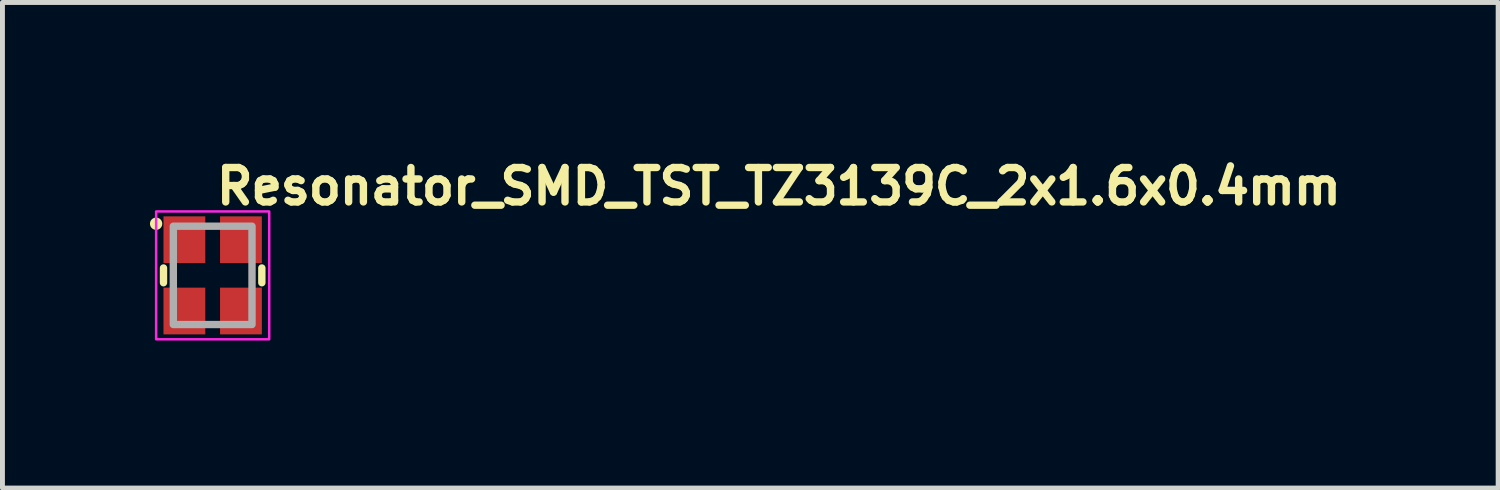
<source format=kicad_pcb>
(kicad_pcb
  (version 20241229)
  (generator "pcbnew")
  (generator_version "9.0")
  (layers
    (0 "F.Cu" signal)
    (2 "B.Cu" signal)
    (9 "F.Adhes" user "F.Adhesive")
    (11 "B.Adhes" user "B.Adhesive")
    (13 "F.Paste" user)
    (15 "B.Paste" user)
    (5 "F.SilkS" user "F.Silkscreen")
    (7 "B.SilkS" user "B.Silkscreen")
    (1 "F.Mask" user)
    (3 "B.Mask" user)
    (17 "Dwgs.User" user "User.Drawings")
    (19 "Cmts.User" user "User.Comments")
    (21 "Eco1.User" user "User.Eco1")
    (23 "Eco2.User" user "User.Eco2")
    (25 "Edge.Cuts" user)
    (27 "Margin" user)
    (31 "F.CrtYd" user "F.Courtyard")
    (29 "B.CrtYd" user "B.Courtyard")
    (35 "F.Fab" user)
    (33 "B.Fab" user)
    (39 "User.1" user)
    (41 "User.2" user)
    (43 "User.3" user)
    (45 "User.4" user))
  (footprint "Resonator_SMD_TST_TZ3139C_2x1.6x0.4mm"
    (layer "F.Cu")
    (at 1.275 2.55)
    (property "Reference" "Resonator_SMD_TST_TZ3139C_2x1.6x0.4mm" (at 0 -1.4 0) (unlocked yes) (layer "F.SilkS") (effects (font (size 0.7 0.7) (thickness 0.15)) (justify left bottom)))
    (attr smd)
    (fp_line (start -1 -0.15) (end -1 0.15) (stroke (width 0.15) (type default)) (layer "F.SilkS"))
    (fp_line (start 1 -0.15) (end 1 0.15) (stroke (width 0.15) (type default)) (layer "F.SilkS"))
    (fp_circle (center -1.15 -1.05) (end -1.1 -1.05) (stroke (width 0.15) (type solid)) (fill yes) (layer "F.SilkS"))
    (fp_rect (start -1.15 -1.3) (end 1.15 1.3) (stroke (width 0.05) (type solid)) (fill no) (layer "F.CrtYd"))
    (fp_rect (start -0.8 -1) (end 0.8 1) (stroke (width 0.15) (type solid)) (fill no) (layer "F.Fab"))
    (fp_rect (start -0.8 -1) (end 0.8 1) (stroke (width 0.1) (type solid)) (fill no) (layer "User.5"))
    (fp_line (start -0.8 -0.938) (end -0.8 -0.262) (stroke (width 0.02) (type solid)) (layer "User.9"))
    (fp_line (start -0.8 -0.262) (end -0.789 -0.261) (stroke (width 0.02) (type solid)) (layer "User.9"))
    (fp_line (start -0.8 -0.262) (end -0.789 -0.261) (stroke (width 0.02) (type solid)) (layer "User.9"))
    (fp_line (start -0.8 0.262) (end -0.8 0.938) (stroke (width 0.02) (type solid)) (layer "User.9"))
    (fp_line (start -0.8 0.938) (end -0.789 0.939) (stroke (width 0.02) (type solid)) (layer "User.9"))
    (fp_line (start -0.789 -0.939) (end -0.8 -0.938) (stroke (width 0.02) (type solid)) (layer "User.9"))
    (fp_line (start -0.789 -0.261) (end -0.777 -0.258) (stroke (width 0.02) (type solid)) (layer "User.9"))
    (fp_line (start -0.789 -0.261) (end -0.777 -0.258) (stroke (width 0.02) (type solid)) (layer "User.9"))
    (fp_line (start -0.789 0.261) (end -0.8 0.262) (stroke (width 0.02) (type solid)) (layer "User.9"))
    (fp_line (start -0.789 0.939) (end -0.777 0.942) (stroke (width 0.02) (type solid)) (layer "User.9"))
    (fp_line (start -0.777 -0.942) (end -0.789 -0.939) (stroke (width 0.02) (type solid)) (layer "User.9"))
    (fp_line (start -0.777 -0.258) (end -0.766 -0.252) (stroke (width 0.02) (type solid)) (layer "User.9"))
    (fp_line (start -0.777 -0.258) (end -0.766 -0.252) (stroke (width 0.02) (type solid)) (layer "User.9"))
    (fp_line (start -0.777 0.258) (end -0.789 0.261) (stroke (width 0.02) (type solid)) (layer "User.9"))
    (fp_line (start -0.777 0.942) (end -0.766 0.948) (stroke (width 0.02) (type solid)) (layer "User.9"))
    (fp_line (start -0.766 -0.948) (end -0.777 -0.942) (stroke (width 0.02) (type solid)) (layer "User.9"))
    (fp_line (start -0.766 -0.252) (end -0.756 -0.244) (stroke (width 0.02) (type solid)) (layer "User.9"))
    (fp_line (start -0.766 -0.252) (end -0.756 -0.244) (stroke (width 0.02) (type solid)) (layer "User.9"))
    (fp_line (start -0.766 0.252) (end -0.777 0.258) (stroke (width 0.02) (type solid)) (layer "User.9"))
    (fp_line (start -0.766 0.948) (end -0.756 0.956) (stroke (width 0.02) (type solid)) (layer "User.9"))
    (fp_line (start -0.756 -0.956) (end -0.766 -0.948) (stroke (width 0.02) (type solid)) (layer "User.9"))
    (fp_line (start -0.756 -0.244) (end -0.748 -0.234) (stroke (width 0.02) (type solid)) (layer "User.9"))
    (fp_line (start -0.756 -0.244) (end -0.748 -0.234) (stroke (width 0.02) (type solid)) (layer "User.9"))
    (fp_line (start -0.756 0.244) (end -0.766 0.252) (stroke (width 0.02) (type solid)) (layer "User.9"))
    (fp_line (start -0.756 0.956) (end -0.748 0.966) (stroke (width 0.02) (type solid)) (layer "User.9"))
    (fp_line (start -0.748 -0.966) (end -0.756 -0.956) (stroke (width 0.02) (type solid)) (layer "User.9"))
    (fp_line (start -0.748 -0.234) (end -0.742 -0.223) (stroke (width 0.02) (type solid)) (layer "User.9"))
    (fp_line (start -0.748 -0.234) (end -0.742 -0.223) (stroke (width 0.02) (type solid)) (layer "User.9"))
    (fp_line (start -0.748 0.234) (end -0.756 0.244) (stroke (width 0.02) (type solid)) (layer "User.9"))
    (fp_line (start -0.748 0.966) (end -0.742 0.977) (stroke (width 0.02) (type solid)) (layer "User.9"))
    (fp_line (start -0.742 -0.977) (end -0.748 -0.966) (stroke (width 0.02) (type solid)) (layer "User.9"))
    (fp_line (start -0.742 -0.223) (end -0.739 -0.211) (stroke (width 0.02) (type solid)) (layer "User.9"))
    (fp_line (start -0.742 -0.223) (end -0.739 -0.211) (stroke (width 0.02) (type solid)) (layer "User.9"))
    (fp_line (start -0.742 0.223) (end -0.748 0.234) (stroke (width 0.02) (type solid)) (layer "User.9"))
    (fp_line (start -0.742 0.977) (end -0.739 0.989) (stroke (width 0.02) (type solid)) (layer "User.9"))
    (fp_line (start -0.739 -0.989) (end -0.742 -0.977) (stroke (width 0.02) (type solid)) (layer "User.9"))
    (fp_line (start -0.739 -0.211) (end -0.738 -0.2) (stroke (width 0.02) (type solid)) (layer "User.9"))
    (fp_line (start -0.739 -0.211) (end -0.738 -0.2) (stroke (width 0.02) (type solid)) (layer "User.9"))
    (fp_line (start -0.739 0.211) (end -0.742 0.223) (stroke (width 0.02) (type solid)) (layer "User.9"))
    (fp_line (start -0.739 0.989) (end -0.738 1) (stroke (width 0.02) (type solid)) (layer "User.9"))
    (fp_line (start -0.738 -1) (end -0.739 -0.989) (stroke (width 0.02) (type solid)) (layer "User.9"))
    (fp_line (start -0.738 -0.2) (end -0.738 0.2) (stroke (width 0.02) (type solid)) (layer "User.9"))
    (fp_line (start -0.738 0.2) (end -0.739 0.211) (stroke (width 0.02) (type solid)) (layer "User.9"))
    (fp_line (start -0.738 1) (end 0.738 1) (stroke (width 0.02) (type solid)) (layer "User.9"))
    (fp_line (start -0.7 -0.825) (end -0.7 0.825) (stroke (width 0.02) (type solid)) (layer "User.9"))
    (fp_line (start -0.7 -0.825) (end -0.698 -0.843) (stroke (width 0.02) (type solid)) (layer "User.9"))
    (fp_line (start -0.7 -0.825) (end -0.698 -0.843) (stroke (width 0.02) (type solid)) (layer "User.9"))
    (fp_line (start -0.7 0.825) (end -0.698 0.843) (stroke (width 0.02) (type solid)) (layer "User.9"))
    (fp_line (start -0.7 0.825) (end -0.698 0.843) (stroke (width 0.02) (type solid)) (layer "User.9"))
    (fp_line (start -0.698 -0.843) (end -0.693 -0.862) (stroke (width 0.02) (type solid)) (layer "User.9"))
    (fp_line (start -0.698 -0.843) (end -0.693 -0.862) (stroke (width 0.02) (type solid)) (layer "User.9"))
    (fp_line (start -0.698 0.843) (end -0.693 0.862) (stroke (width 0.02) (type solid)) (layer "User.9"))
    (fp_line (start -0.698 0.843) (end -0.693 0.862) (stroke (width 0.02) (type solid)) (layer "User.9"))
    (fp_line (start -0.693 -0.862) (end -0.684 -0.88) (stroke (width 0.02) (type solid)) (layer "User.9"))
    (fp_line (start -0.693 -0.862) (end -0.684 -0.88) (stroke (width 0.02) (type solid)) (layer "User.9"))
    (fp_line (start -0.693 0.862) (end -0.684 0.88) (stroke (width 0.02) (type solid)) (layer "User.9"))
    (fp_line (start -0.693 0.862) (end -0.684 0.88) (stroke (width 0.02) (type solid)) (layer "User.9"))
    (fp_line (start -0.684 -0.88) (end -0.671 -0.896) (stroke (width 0.02) (type solid)) (layer "User.9"))
    (fp_line (start -0.684 -0.88) (end -0.671 -0.896) (stroke (width 0.02) (type solid)) (layer "User.9"))
    (fp_line (start -0.684 0.88) (end -0.671 0.896) (stroke (width 0.02) (type solid)) (layer "User.9"))
    (fp_line (start -0.684 0.88) (end -0.671 0.896) (stroke (width 0.02) (type solid)) (layer "User.9"))
    (fp_line (start -0.671 -0.896) (end -0.655 -0.909) (stroke (width 0.02) (type solid)) (layer "User.9"))
    (fp_line (start -0.671 -0.896) (end -0.655 -0.909) (stroke (width 0.02) (type solid)) (layer "User.9"))
    (fp_line (start -0.671 0.896) (end -0.655 0.909) (stroke (width 0.02) (type solid)) (layer "User.9"))
    (fp_line (start -0.671 0.896) (end -0.655 0.909) (stroke (width 0.02) (type solid)) (layer "User.9"))
    (fp_line (start -0.655 -0.909) (end -0.637 -0.918) (stroke (width 0.02) (type solid)) (layer "User.9"))
    (fp_line (start -0.655 -0.909) (end -0.637 -0.918) (stroke (width 0.02) (type solid)) (layer "User.9"))
    (fp_line (start -0.655 0.909) (end -0.637 0.918) (stroke (width 0.02) (type solid)) (layer "User.9"))
    (fp_line (start -0.655 0.909) (end -0.637 0.918) (stroke (width 0.02) (type solid)) (layer "User.9"))
    (fp_line (start -0.637 -0.918) (end -0.618 -0.923) (stroke (width 0.02) (type solid)) (layer "User.9"))
    (fp_line (start -0.637 -0.918) (end -0.618 -0.923) (stroke (width 0.02) (type solid)) (layer "User.9"))
    (fp_line (start -0.637 0.918) (end -0.618 0.923) (stroke (width 0.02) (type solid)) (layer "User.9"))
    (fp_line (start -0.637 0.918) (end -0.618 0.923) (stroke (width 0.02) (type solid)) (layer "User.9"))
    (fp_line (start -0.618 -0.923) (end -0.6 -0.925) (stroke (width 0.02) (type solid)) (layer "User.9"))
    (fp_line (start -0.618 -0.923) (end -0.6 -0.925) (stroke (width 0.02) (type solid)) (layer "User.9"))
    (fp_line (start -0.618 0.923) (end -0.6 0.925) (stroke (width 0.02) (type solid)) (layer "User.9"))
    (fp_line (start -0.618 0.923) (end -0.6 0.925) (stroke (width 0.02) (type solid)) (layer "User.9"))
    (fp_line (start -0.6 -0.925) (end 0.6 -0.925) (stroke (width 0.02) (type solid)) (layer "User.9"))
    (fp_line (start -0.6 0.925) (end 0.6 0.925) (stroke (width 0.02) (type solid)) (layer "User.9"))
    (fp_line (start -0.525 -0.65) (end -0.523 -0.627) (stroke (width 0.02) (type solid)) (layer "User.9"))
    (fp_line (start -0.525 -0.65) (end -0.523 -0.627) (stroke (width 0.02) (type solid)) (layer "User.9"))
    (fp_line (start -0.523 -0.673) (end -0.525 -0.65) (stroke (width 0.02) (type solid)) (layer "User.9"))
    (fp_line (start -0.523 -0.673) (end -0.525 -0.65) (stroke (width 0.02) (type solid)) (layer "User.9"))
    (fp_line (start -0.523 -0.627) (end -0.516 -0.604) (stroke (width 0.02) (type solid)) (layer "User.9"))
    (fp_line (start -0.523 -0.627) (end -0.516 -0.604) (stroke (width 0.02) (type solid)) (layer "User.9"))
    (fp_line (start -0.516 -0.696) (end -0.523 -0.673) (stroke (width 0.02) (type solid)) (layer "User.9"))
    (fp_line (start -0.516 -0.696) (end -0.523 -0.673) (stroke (width 0.02) (type solid)) (layer "User.9"))
    (fp_line (start -0.516 -0.604) (end -0.505 -0.582) (stroke (width 0.02) (type solid)) (layer "User.9"))
    (fp_line (start -0.516 -0.604) (end -0.505 -0.582) (stroke (width 0.02) (type solid)) (layer "User.9"))
    (fp_line (start -0.505 -0.718) (end -0.516 -0.696) (stroke (width 0.02) (type solid)) (layer "User.9"))
    (fp_line (start -0.505 -0.718) (end -0.516 -0.696) (stroke (width 0.02) (type solid)) (layer "User.9"))
    (fp_line (start -0.505 -0.582) (end -0.488 -0.562) (stroke (width 0.02) (type solid)) (layer "User.9"))
    (fp_line (start -0.505 -0.582) (end -0.488 -0.562) (stroke (width 0.02) (type solid)) (layer "User.9"))
    (fp_line (start -0.488 -0.738) (end -0.505 -0.718) (stroke (width 0.02) (type solid)) (layer "User.9"))
    (fp_line (start -0.488 -0.738) (end -0.505 -0.718) (stroke (width 0.02) (type solid)) (layer "User.9"))
    (fp_line (start -0.488 -0.562) (end -0.468 -0.545) (stroke (width 0.02) (type solid)) (layer "User.9"))
    (fp_line (start -0.488 -0.562) (end -0.468 -0.545) (stroke (width 0.02) (type solid)) (layer "User.9"))
    (fp_line (start -0.468 -0.755) (end -0.488 -0.738) (stroke (width 0.02) (type solid)) (layer "User.9"))
    (fp_line (start -0.468 -0.755) (end -0.488 -0.738) (stroke (width 0.02) (type solid)) (layer "User.9"))
    (fp_line (start -0.468 -0.545) (end -0.446 -0.534) (stroke (width 0.02) (type solid)) (layer "User.9"))
    (fp_line (start -0.468 -0.545) (end -0.446 -0.534) (stroke (width 0.02) (type solid)) (layer "User.9"))
    (fp_line (start -0.446 -0.766) (end -0.468 -0.755) (stroke (width 0.02) (type solid)) (layer "User.9"))
    (fp_line (start -0.446 -0.766) (end -0.468 -0.755) (stroke (width 0.02) (type solid)) (layer "User.9"))
    (fp_line (start -0.446 -0.534) (end -0.423 -0.527) (stroke (width 0.02) (type solid)) (layer "User.9"))
    (fp_line (start -0.446 -0.534) (end -0.423 -0.527) (stroke (width 0.02) (type solid)) (layer "User.9"))
    (fp_line (start -0.423 -0.773) (end -0.446 -0.766) (stroke (width 0.02) (type solid)) (layer "User.9"))
    (fp_line (start -0.423 -0.773) (end -0.446 -0.766) (stroke (width 0.02) (type solid)) (layer "User.9"))
    (fp_line (start -0.423 -0.527) (end -0.4 -0.525) (stroke (width 0.02) (type solid)) (layer "User.9"))
    (fp_line (start -0.423 -0.527) (end -0.4 -0.525) (stroke (width 0.02) (type solid)) (layer "User.9"))
    (fp_line (start -0.4 -0.775) (end -0.423 -0.773) (stroke (width 0.02) (type solid)) (layer "User.9"))
    (fp_line (start -0.4 -0.775) (end -0.423 -0.773) (stroke (width 0.02) (type solid)) (layer "User.9"))
    (fp_line (start -0.4 -0.525) (end -0.377 -0.527) (stroke (width 0.02) (type solid)) (layer "User.9"))
    (fp_line (start -0.4 -0.525) (end -0.377 -0.527) (stroke (width 0.02) (type solid)) (layer "User.9"))
    (fp_line (start -0.377 -0.773) (end -0.4 -0.775) (stroke (width 0.02) (type solid)) (layer "User.9"))
    (fp_line (start -0.377 -0.773) (end -0.4 -0.775) (stroke (width 0.02) (type solid)) (layer "User.9"))
    (fp_line (start -0.377 -0.527) (end -0.354 -0.534) (stroke (width 0.02) (type solid)) (layer "User.9"))
    (fp_line (start -0.377 -0.527) (end -0.354 -0.534) (stroke (width 0.02) (type solid)) (layer "User.9"))
    (fp_line (start -0.354 -0.766) (end -0.377 -0.773) (stroke (width 0.02) (type solid)) (layer "User.9"))
    (fp_line (start -0.354 -0.766) (end -0.377 -0.773) (stroke (width 0.02) (type solid)) (layer "User.9"))
    (fp_line (start -0.354 -0.534) (end -0.332 -0.545) (stroke (width 0.02) (type solid)) (layer "User.9"))
    (fp_line (start -0.354 -0.534) (end -0.332 -0.545) (stroke (width 0.02) (type solid)) (layer "User.9"))
    (fp_line (start -0.332 -0.755) (end -0.354 -0.766) (stroke (width 0.02) (type solid)) (layer "User.9"))
    (fp_line (start -0.332 -0.755) (end -0.354 -0.766) (stroke (width 0.02) (type solid)) (layer "User.9"))
    (fp_line (start -0.332 -0.545) (end -0.312 -0.562) (stroke (width 0.02) (type solid)) (layer "User.9"))
    (fp_line (start -0.332 -0.545) (end -0.312 -0.562) (stroke (width 0.02) (type solid)) (layer "User.9"))
    (fp_line (start -0.312 -0.738) (end -0.332 -0.755) (stroke (width 0.02) (type solid)) (layer "User.9"))
    (fp_line (start -0.312 -0.738) (end -0.332 -0.755) (stroke (width 0.02) (type solid)) (layer "User.9"))
    (fp_line (start -0.312 -0.562) (end -0.295 -0.582) (stroke (width 0.02) (type solid)) (layer "User.9"))
    (fp_line (start -0.312 -0.562) (end -0.295 -0.582) (stroke (width 0.02) (type solid)) (layer "User.9"))
    (fp_line (start -0.295 -0.718) (end -0.312 -0.738) (stroke (width 0.02) (type solid)) (layer "User.9"))
    (fp_line (start -0.295 -0.718) (end -0.312 -0.738) (stroke (width 0.02) (type solid)) (layer "User.9"))
    (fp_line (start -0.295 -0.582) (end -0.284 -0.604) (stroke (width 0.02) (type solid)) (layer "User.9"))
    (fp_line (start -0.295 -0.582) (end -0.284 -0.604) (stroke (width 0.02) (type solid)) (layer "User.9"))
    (fp_line (start -0.284 -0.696) (end -0.295 -0.718) (stroke (width 0.02) (type solid)) (layer "User.9"))
    (fp_line (start -0.284 -0.696) (end -0.295 -0.718) (stroke (width 0.02) (type solid)) (layer "User.9"))
    (fp_line (start -0.284 -0.604) (end -0.277 -0.627) (stroke (width 0.02) (type solid)) (layer "User.9"))
    (fp_line (start -0.284 -0.604) (end -0.277 -0.627) (stroke (width 0.02) (type solid)) (layer "User.9"))
    (fp_line (start -0.277 -0.673) (end -0.284 -0.696) (stroke (width 0.02) (type solid)) (layer "User.9"))
    (fp_line (start -0.277 -0.673) (end -0.284 -0.696) (stroke (width 0.02) (type solid)) (layer "User.9"))
    (fp_line (start -0.277 -0.627) (end -0.275 -0.65) (stroke (width 0.02) (type solid)) (layer "User.9"))
    (fp_line (start -0.277 -0.627) (end -0.275 -0.65) (stroke (width 0.02) (type solid)) (layer "User.9"))
    (fp_line (start -0.275 -0.65) (end -0.277 -0.673) (stroke (width 0.02) (type solid)) (layer "User.9"))
    (fp_line (start -0.275 -0.65) (end -0.277 -0.673) (stroke (width 0.02) (type solid)) (layer "User.9"))
    (fp_line (start 0.6 -0.925) (end 0.618 -0.923) (stroke (width 0.02) (type solid)) (layer "User.9"))
    (fp_line (start 0.6 -0.925) (end 0.618 -0.923) (stroke (width 0.02) (type solid)) (layer "User.9"))
    (fp_line (start 0.618 -0.923) (end 0.637 -0.918) (stroke (width 0.02) (type solid)) (layer "User.9"))
    (fp_line (start 0.618 -0.923) (end 0.637 -0.918) (stroke (width 0.02) (type solid)) (layer "User.9"))
    (fp_line (start 0.618 0.923) (end 0.6 0.925) (stroke (width 0.02) (type solid)) (layer "User.9"))
    (fp_line (start 0.618 0.923) (end 0.6 0.925) (stroke (width 0.02) (type solid)) (layer "User.9"))
    (fp_line (start 0.637 -0.918) (end 0.655 -0.909) (stroke (width 0.02) (type solid)) (layer "User.9"))
    (fp_line (start 0.637 -0.918) (end 0.655 -0.909) (stroke (width 0.02) (type solid)) (layer "User.9"))
    (fp_line (start 0.637 0.918) (end 0.618 0.923) (stroke (width 0.02) (type solid)) (layer "User.9"))
    (fp_line (start 0.637 0.918) (end 0.618 0.923) (stroke (width 0.02) (type solid)) (layer "User.9"))
    (fp_line (start 0.655 -0.909) (end 0.671 -0.896) (stroke (width 0.02) (type solid)) (layer "User.9"))
    (fp_line (start 0.655 -0.909) (end 0.671 -0.896) (stroke (width 0.02) (type solid)) (layer "User.9"))
    (fp_line (start 0.655 0.909) (end 0.637 0.918) (stroke (width 0.02) (type solid)) (layer "User.9"))
    (fp_line (start 0.655 0.909) (end 0.637 0.918) (stroke (width 0.02) (type solid)) (layer "User.9"))
    (fp_line (start 0.671 -0.896) (end 0.684 -0.88) (stroke (width 0.02) (type solid)) (layer "User.9"))
    (fp_line (start 0.671 -0.896) (end 0.684 -0.88) (stroke (width 0.02) (type solid)) (layer "User.9"))
    (fp_line (start 0.671 0.896) (end 0.655 0.909) (stroke (width 0.02) (type solid)) (layer "User.9"))
    (fp_line (start 0.671 0.896) (end 0.655 0.909) (stroke (width 0.02) (type solid)) (layer "User.9"))
    (fp_line (start 0.684 -0.88) (end 0.693 -0.862) (stroke (width 0.02) (type solid)) (layer "User.9"))
    (fp_line (start 0.684 -0.88) (end 0.693 -0.862) (stroke (width 0.02) (type solid)) (layer "User.9"))
    (fp_line (start 0.684 0.88) (end 0.671 0.896) (stroke (width 0.02) (type solid)) (layer "User.9"))
    (fp_line (start 0.684 0.88) (end 0.671 0.896) (stroke (width 0.02) (type solid)) (layer "User.9"))
    (fp_line (start 0.693 -0.862) (end 0.698 -0.843) (stroke (width 0.02) (type solid)) (layer "User.9"))
    (fp_line (start 0.693 -0.862) (end 0.698 -0.843) (stroke (width 0.02) (type solid)) (layer "User.9"))
    (fp_line (start 0.693 0.862) (end 0.684 0.88) (stroke (width 0.02) (type solid)) (layer "User.9"))
    (fp_line (start 0.693 0.862) (end 0.684 0.88) (stroke (width 0.02) (type solid)) (layer "User.9"))
    (fp_line (start 0.698 -0.843) (end 0.7 -0.825) (stroke (width 0.02) (type solid)) (layer "User.9"))
    (fp_line (start 0.698 -0.843) (end 0.7 -0.825) (stroke (width 0.02) (type solid)) (layer "User.9"))
    (fp_line (start 0.698 0.843) (end 0.693 0.862) (stroke (width 0.02) (type solid)) (layer "User.9"))
    (fp_line (start 0.698 0.843) (end 0.693 0.862) (stroke (width 0.02) (type solid)) (layer "User.9"))
    (fp_line (start 0.7 -0.825) (end 0.7 0.825) (stroke (width 0.02) (type solid)) (layer "User.9"))
    (fp_line (start 0.7 0.825) (end 0.698 0.843) (stroke (width 0.02) (type solid)) (layer "User.9"))
    (fp_line (start 0.7 0.825) (end 0.698 0.843) (stroke (width 0.02) (type solid)) (layer "User.9"))
    (fp_line (start 0.738 -1) (end -0.738 -1) (stroke (width 0.02) (type solid)) (layer "User.9"))
    (fp_line (start 0.738 -0.2) (end 0.739 -0.211) (stroke (width 0.02) (type solid)) (layer "User.9"))
    (fp_line (start 0.738 0.2) (end 0.738 -0.2) (stroke (width 0.02) (type solid)) (layer "User.9"))
    (fp_line (start 0.738 1) (end 0.739 0.989) (stroke (width 0.02) (type solid)) (layer "User.9"))
    (fp_line (start 0.739 -0.989) (end 0.738 -1) (stroke (width 0.02) (type solid)) (layer "User.9"))
    (fp_line (start 0.739 -0.211) (end 0.742 -0.223) (stroke (width 0.02) (type solid)) (layer "User.9"))
    (fp_line (start 0.739 0.211) (end 0.738 0.2) (stroke (width 0.02) (type solid)) (layer "User.9"))
    (fp_line (start 0.739 0.211) (end 0.738 0.2) (stroke (width 0.02) (type solid)) (layer "User.9"))
    (fp_line (start 0.739 0.989) (end 0.742 0.977) (stroke (width 0.02) (type solid)) (layer "User.9"))
    (fp_line (start 0.742 -0.977) (end 0.739 -0.989) (stroke (width 0.02) (type solid)) (layer "User.9"))
    (fp_line (start 0.742 -0.223) (end 0.748 -0.234) (stroke (width 0.02) (type solid)) (layer "User.9"))
    (fp_line (start 0.742 0.223) (end 0.739 0.211) (stroke (width 0.02) (type solid)) (layer "User.9"))
    (fp_line (start 0.742 0.223) (end 0.739 0.211) (stroke (width 0.02) (type solid)) (layer "User.9"))
    (fp_line (start 0.742 0.977) (end 0.748 0.966) (stroke (width 0.02) (type solid)) (layer "User.9"))
    (fp_line (start 0.748 -0.966) (end 0.742 -0.977) (stroke (width 0.02) (type solid)) (layer "User.9"))
    (fp_line (start 0.748 -0.234) (end 0.756 -0.244) (stroke (width 0.02) (type solid)) (layer "User.9"))
    (fp_line (start 0.748 0.234) (end 0.742 0.223) (stroke (width 0.02) (type solid)) (layer "User.9"))
    (fp_line (start 0.748 0.234) (end 0.742 0.223) (stroke (width 0.02) (type solid)) (layer "User.9"))
    (fp_line (start 0.748 0.966) (end 0.756 0.956) (stroke (width 0.02) (type solid)) (layer "User.9"))
    (fp_line (start 0.756 -0.956) (end 0.748 -0.966) (stroke (width 0.02) (type solid)) (layer "User.9"))
    (fp_line (start 0.756 -0.244) (end 0.766 -0.252) (stroke (width 0.02) (type solid)) (layer "User.9"))
    (fp_line (start 0.756 0.244) (end 0.748 0.234) (stroke (width 0.02) (type solid)) (layer "User.9"))
    (fp_line (start 0.756 0.244) (end 0.748 0.234) (stroke (width 0.02) (type solid)) (layer "User.9"))
    (fp_line (start 0.756 0.956) (end 0.766 0.948) (stroke (width 0.02) (type solid)) (layer "User.9"))
    (fp_line (start 0.766 -0.948) (end 0.756 -0.956) (stroke (width 0.02) (type solid)) (layer "User.9"))
    (fp_line (start 0.766 -0.252) (end 0.777 -0.258) (stroke (width 0.02) (type solid)) (layer "User.9"))
    (fp_line (start 0.766 0.252) (end 0.756 0.244) (stroke (width 0.02) (type solid)) (layer "User.9"))
    (fp_line (start 0.766 0.252) (end 0.756 0.244) (stroke (width 0.02) (type solid)) (layer "User.9"))
    (fp_line (start 0.766 0.948) (end 0.777 0.942) (stroke (width 0.02) (type solid)) (layer "User.9"))
    (fp_line (start 0.777 -0.942) (end 0.766 -0.948) (stroke (width 0.02) (type solid)) (layer "User.9"))
    (fp_line (start 0.777 -0.258) (end 0.789 -0.261) (stroke (width 0.02) (type solid)) (layer "User.9"))
    (fp_line (start 0.777 0.258) (end 0.766 0.252) (stroke (width 0.02) (type solid)) (layer "User.9"))
    (fp_line (start 0.777 0.258) (end 0.766 0.252) (stroke (width 0.02) (type solid)) (layer "User.9"))
    (fp_line (start 0.777 0.942) (end 0.789 0.939) (stroke (width 0.02) (type solid)) (layer "User.9"))
    (fp_line (start 0.789 -0.939) (end 0.777 -0.942) (stroke (width 0.02) (type solid)) (layer "User.9"))
    (fp_line (start 0.789 -0.261) (end 0.8 -0.262) (stroke (width 0.02) (type solid)) (layer "User.9"))
    (fp_line (start 0.789 0.261) (end 0.777 0.258) (stroke (width 0.02) (type solid)) (layer "User.9"))
    (fp_line (start 0.789 0.261) (end 0.777 0.258) (stroke (width 0.02) (type solid)) (layer "User.9"))
    (fp_line (start 0.789 0.939) (end 0.8 0.938) (stroke (width 0.02) (type solid)) (layer "User.9"))
    (fp_line (start 0.8 -0.938) (end 0.789 -0.939) (stroke (width 0.02) (type solid)) (layer "User.9"))
    (fp_line (start 0.8 -0.262) (end 0.8 -0.938) (stroke (width 0.02) (type solid)) (layer "User.9"))
    (fp_line (start 0.8 0.262) (end 0.789 0.261) (stroke (width 0.02) (type solid)) (layer "User.9"))
    (fp_line (start 0.8 0.262) (end 0.789 0.261) (stroke (width 0.02) (type solid)) (layer "User.9"))
    (fp_line (start 0.8 0.938) (end 0.8 0.262) (stroke (width 0.02) (type solid)) (layer "User.9"))
    (pad "1" smd rect (at -0.575 -0.725 270) (size 0.95 0.85) (layers "F.Cu" "F.Mask" "F.Paste"))
    (pad "2" smd rect (at -0.575 0.725 270) (size 0.95 0.85) (layers "F.Cu" "F.Mask" "F.Paste"))
    (pad "3" smd rect (at 0.575 0.725 270) (size 0.95 0.85) (layers "F.Cu" "F.Mask" "F.Paste"))
    (pad "4" smd rect (at 0.575 -0.725 270) (size 0.95 0.85) (layers "F.Cu" "F.Mask" "F.Paste")))
  (gr_rect
    (start -3 -3)
    (end 27.418 6.875)
    (stroke (width 0.1) (type default))
    (fill no)
    (layer "Edge.Cuts")))
</source>
